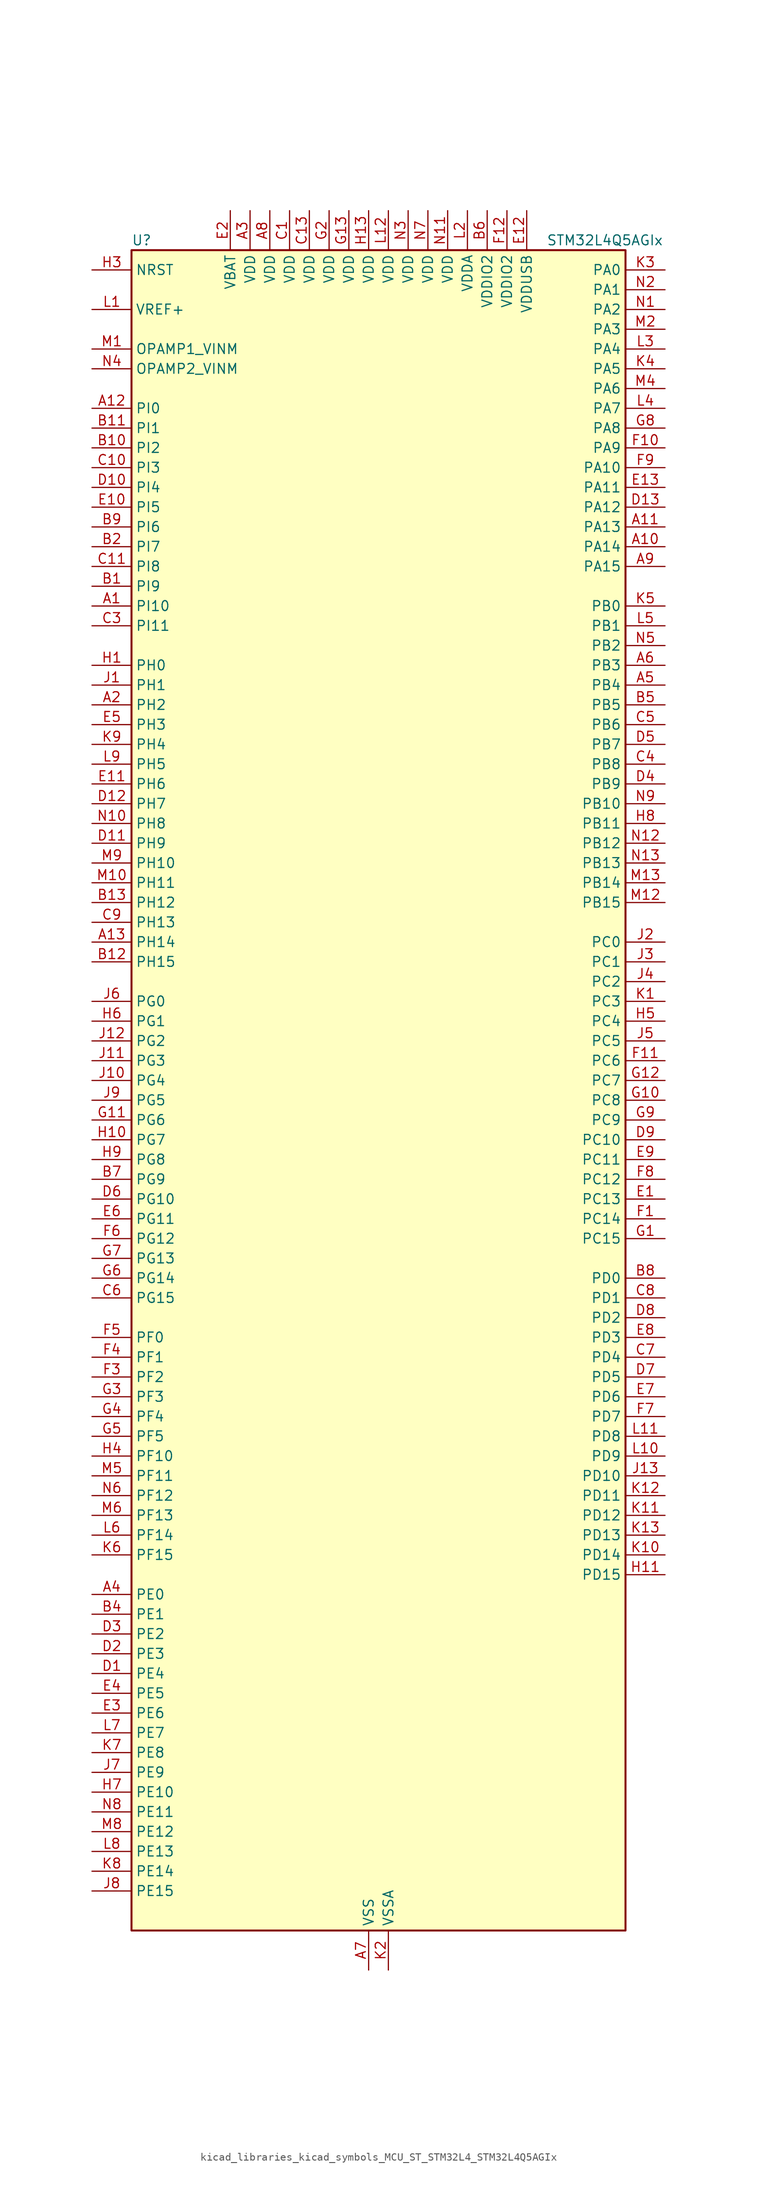
<source format=kicad_sym>
(kicad_symbol_lib
  (version 20220914)
  (generator kicad_symbol_editor)
  (symbol "kicad_libraries_kicad_symbols_MCU_ST_STM32L4_STM32L4Q5AGIx"
    (property "Reference" "U"
      (at -30.48 110.49 0)
      (effects (font (size 1.27 1.27)) (justify left)))
    (property "Value" "STM32L4Q5AGIx"
      (at 22.86 110.49 0)
      (effects (font (size 1.27 1.27)) (justify left)))
    (property "ki_locked" ""
      (at 0 0 0)
      (effects (font (size 1.27 1.27))))
    (symbol "kicad_libraries_kicad_symbols_MCU_ST_STM32L4_STM32L4Q5AGIx_0_1"
      (rectangle (start -30.48 -106.68) (end 33.02 109.22) (stroke (width 0.254) (type default)) (fill (type background))))
    (symbol "kicad_libraries_kicad_symbols_MCU_ST_STM32L4_STM32L4Q5AGIx_1_1"
      (pin bidirectional line (at -35.56 63.5 0) (length 5.08) (name "PI10" (effects (font (size 1.27 1.27)))) (number "A1" (effects (font (size 1.27 1.27)))) (alternate "OCTOSPIM_P2_IO1" bidirectional line) (alternate "PSSI_D14" bidirectional line))
      (pin bidirectional line (at 38.1 71.12 180) (length 5.08) (name "PA14" (effects (font (size 1.27 1.27)))) (number "A10" (effects (font (size 1.27 1.27)))) (alternate "I2C1_SMBA" bidirectional line) (alternate "I2C4_SMBA" bidirectional line) (alternate "LPTIM1_OUT" bidirectional line) (alternate "SAI1_FS_B" bidirectional line) (alternate "SYS_JTCK-SWCLK" bidirectional line) (alternate "USB_OTG_FS_SOF" bidirectional line))
      (pin bidirectional line (at 38.1 73.66 180) (length 5.08) (name "PA13" (effects (font (size 1.27 1.27)))) (number "A11" (effects (font (size 1.27 1.27)))) (alternate "IR_OUT" bidirectional line) (alternate "SAI1_SD_B" bidirectional line) (alternate "SYS_JTMS-SWDIO" bidirectional line) (alternate "USB_OTG_FS_NOE" bidirectional line))
      (pin bidirectional line (at -35.56 88.9 0) (length 5.08) (name "PI0" (effects (font (size 1.27 1.27)))) (number "A12" (effects (font (size 1.27 1.27)))) (alternate "DCMI_D13" bidirectional line) (alternate "OCTOSPIM_P1_IO5" bidirectional line) (alternate "PSSI_D13" bidirectional line) (alternate "SPI2_NSS" bidirectional line) (alternate "TIM5_CH4" bidirectional line))
      (pin bidirectional line (at -35.56 20.32 0) (length 5.08) (name "PH14" (effects (font (size 1.27 1.27)))) (number "A13" (effects (font (size 1.27 1.27)))) (alternate "DCMI_D4" bidirectional line) (alternate "PSSI_D4" bidirectional line) (alternate "TIM8_CH2N" bidirectional line))
      (pin bidirectional line (at -35.56 50.8 0) (length 5.08) (name "PH2" (effects (font (size 1.27 1.27)))) (number "A2" (effects (font (size 1.27 1.27)))) (alternate "OCTOSPIM_P1_IO4" bidirectional line))
      (pin power_in line (at -15.24 114.3 270) (length 5.08) (name "VDD" (effects (font (size 1.27 1.27)))) (number "A3" (effects (font (size 1.27 1.27)))))
      (pin bidirectional line (at -35.56 -63.5 0) (length 5.08) (name "PE0" (effects (font (size 1.27 1.27)))) (number "A4" (effects (font (size 1.27 1.27)))) (alternate "DCMI_D2" bidirectional line) (alternate "FMC_NBL0" bidirectional line) (alternate "LTDC_HSYNC" bidirectional line) (alternate "PSSI_D2" bidirectional line) (alternate "TIM16_CH1" bidirectional line) (alternate "TIM4_ETR" bidirectional line))
      (pin bidirectional line (at 38.1 53.34 180) (length 5.08) (name "PB4" (effects (font (size 1.27 1.27)))) (number "A5" (effects (font (size 1.27 1.27)))) (alternate "COMP2_INP" bidirectional line) (alternate "DCMI_D12" bidirectional line) (alternate "I2C3_SDA" bidirectional line) (alternate "OCTOSPIM_P1_IO5" bidirectional line) (alternate "PSSI_D12" bidirectional line) (alternate "SAI1_MCLK_B" bidirectional line) (alternate "SDMMC2_D3" bidirectional line) (alternate "SPI1_MISO" bidirectional line) (alternate "SPI3_MISO" bidirectional line) (alternate "SYS_JTRST" bidirectional line) (alternate "TIM17_BKIN" bidirectional line) (alternate "TIM3_CH1" bidirectional line) (alternate "TSC_G2_IO1" bidirectional line) (alternate "UART5_DE" bidirectional line) (alternate "UART5_RTS" bidirectional line) (alternate "USART1_CTS" bidirectional line) (alternate "USART1_NSS" bidirectional line))
      (pin bidirectional line (at 38.1 55.88 180) (length 5.08) (name "PB3" (effects (font (size 1.27 1.27)))) (number "A6" (effects (font (size 1.27 1.27)))) (alternate "COMP2_INM" bidirectional line) (alternate "CRS_SYNC" bidirectional line) (alternate "OCTOSPIM_P1_IO4" bidirectional line) (alternate "SAI1_SCK_B" bidirectional line) (alternate "SDMMC2_D2" bidirectional line) (alternate "SPI1_SCK" bidirectional line) (alternate "SPI3_SCK" bidirectional line) (alternate "SYS_JTDO-SWO" bidirectional line) (alternate "TIM2_CH2" bidirectional line) (alternate "USART1_DE" bidirectional line) (alternate "USART1_RTS" bidirectional line))
      (pin power_in line (at 0 -111.76 90) (length 5.08) (name "VSS" (effects (font (size 1.27 1.27)))) (number "A7" (effects (font (size 1.27 1.27)))))
      (pin power_in line (at -12.7 114.3 270) (length 5.08) (name "VDD" (effects (font (size 1.27 1.27)))) (number "A8" (effects (font (size 1.27 1.27)))))
      (pin bidirectional line (at 38.1 68.58 180) (length 5.08) (name "PA15" (effects (font (size 1.27 1.27)))) (number "A9" (effects (font (size 1.27 1.27)))) (alternate "ADC1_EXTI15" bidirectional line) (alternate "ADC2_EXTI15" bidirectional line) (alternate "LTDC_HSYNC" bidirectional line) (alternate "SAI2_FS_B" bidirectional line) (alternate "SPI1_NSS" bidirectional line) (alternate "SPI3_NSS" bidirectional line) (alternate "SYS_JTDI" bidirectional line) (alternate "TIM2_CH1" bidirectional line) (alternate "TIM2_ETR" bidirectional line) (alternate "TSC_G3_IO1" bidirectional line) (alternate "UART4_DE" bidirectional line) (alternate "UART4_RTS" bidirectional line) (alternate "USART2_RX" bidirectional line) (alternate "USART3_DE" bidirectional line) (alternate "USART3_RTS" bidirectional line))
      (pin bidirectional line (at -35.56 66.04 0) (length 5.08) (name "PI9" (effects (font (size 1.27 1.27)))) (number "B1" (effects (font (size 1.27 1.27)))) (alternate "CAN1_RX" bidirectional line) (alternate "DAC1_EXTI9" bidirectional line) (alternate "OCTOSPIM_P2_IO2" bidirectional line))
      (pin bidirectional line (at -35.56 83.82 0) (length 5.08) (name "PI2" (effects (font (size 1.27 1.27)))) (number "B10" (effects (font (size 1.27 1.27)))) (alternate "DCMI_D9" bidirectional line) (alternate "PSSI_D9" bidirectional line) (alternate "SPI2_MISO" bidirectional line) (alternate "TIM8_CH4" bidirectional line))
      (pin bidirectional line (at -35.56 86.36 0) (length 5.08) (name "PI1" (effects (font (size 1.27 1.27)))) (number "B11" (effects (font (size 1.27 1.27)))) (alternate "DCMI_D8" bidirectional line) (alternate "PSSI_D8" bidirectional line) (alternate "SPI2_SCK" bidirectional line))
      (pin bidirectional line (at -35.56 17.78 0) (length 5.08) (name "PH15" (effects (font (size 1.27 1.27)))) (number "B12" (effects (font (size 1.27 1.27)))) (alternate "ADC1_EXTI15" bidirectional line) (alternate "ADC2_EXTI15" bidirectional line) (alternate "DCMI_D11" bidirectional line) (alternate "OCTOSPIM_P2_IO6" bidirectional line) (alternate "PSSI_D11" bidirectional line) (alternate "TIM8_CH3N" bidirectional line))
      (pin bidirectional line (at -35.56 25.4 0) (length 5.08) (name "PH12" (effects (font (size 1.27 1.27)))) (number "B13" (effects (font (size 1.27 1.27)))) (alternate "DCMI_D3" bidirectional line) (alternate "OCTOSPIM_P2_IO7" bidirectional line) (alternate "PSSI_D3" bidirectional line) (alternate "TIM5_CH3" bidirectional line))
      (pin bidirectional line (at -35.56 71.12 0) (length 5.08) (name "PI7" (effects (font (size 1.27 1.27)))) (number "B2" (effects (font (size 1.27 1.27)))) (alternate "DCMI_D7" bidirectional line) (alternate "OCTOSPIM_P2_NCLK" bidirectional line) (alternate "PSSI_D7" bidirectional line) (alternate "TIM8_CH3" bidirectional line))
      (pin passive line (at 0 -111.76 90) (length 5.08) hide (name "VSS" (effects (font (size 1.27 1.27)))) (number "B3" (effects (font (size 1.27 1.27)))))
      (pin bidirectional line (at -35.56 -66.04 0) (length 5.08) (name "PE1" (effects (font (size 1.27 1.27)))) (number "B4" (effects (font (size 1.27 1.27)))) (alternate "DCMI_D3" bidirectional line) (alternate "FMC_NBL1" bidirectional line) (alternate "LTDC_VSYNC" bidirectional line) (alternate "PSSI_D3" bidirectional line) (alternate "TIM17_CH1" bidirectional line))
      (pin bidirectional line (at 38.1 50.8 180) (length 5.08) (name "PB5" (effects (font (size 1.27 1.27)))) (number "B5" (effects (font (size 1.27 1.27)))) (alternate "COMP2_OUT" bidirectional line) (alternate "DCMI_D10" bidirectional line) (alternate "I2C1_SMBA" bidirectional line) (alternate "LPTIM1_IN1" bidirectional line) (alternate "OCTOSPIM_P1_IO0" bidirectional line) (alternate "PSSI_D10" bidirectional line) (alternate "SAI1_SD_B" bidirectional line) (alternate "SPI1_MOSI" bidirectional line) (alternate "SPI3_MOSI" bidirectional line) (alternate "TIM16_BKIN" bidirectional line) (alternate "TIM3_CH2" bidirectional line) (alternate "TSC_G2_IO2" bidirectional line) (alternate "UART5_CTS" bidirectional line) (alternate "USART1_CK" bidirectional line))
      (pin power_in line (at 15.24 114.3 270) (length 5.08) (name "VDDIO2" (effects (font (size 1.27 1.27)))) (number "B6" (effects (font (size 1.27 1.27)))))
      (pin bidirectional line (at -35.56 -10.16 0) (length 5.08) (name "PG9" (effects (font (size 1.27 1.27)))) (number "B7" (effects (font (size 1.27 1.27)))) (alternate "DAC1_EXTI9" bidirectional line) (alternate "FMC_NCE" bidirectional line) (alternate "FMC_NE2" bidirectional line) (alternate "OCTOSPIM_P2_IO6" bidirectional line) (alternate "SAI2_SCK_A" bidirectional line) (alternate "SDMMC2_D0" bidirectional line) (alternate "SPI3_SCK" bidirectional line) (alternate "TIM15_CH1N" bidirectional line) (alternate "USART1_TX" bidirectional line))
      (pin bidirectional line (at 38.1 -22.86 180) (length 5.08) (name "PD0" (effects (font (size 1.27 1.27)))) (number "B8" (effects (font (size 1.27 1.27)))) (alternate "CAN1_RX" bidirectional line) (alternate "FMC_D2" bidirectional line) (alternate "FMC_DA2" bidirectional line) (alternate "LTDC_B4" bidirectional line) (alternate "SPI2_NSS" bidirectional line))
      (pin bidirectional line (at -35.56 73.66 0) (length 5.08) (name "PI6" (effects (font (size 1.27 1.27)))) (number "B9" (effects (font (size 1.27 1.27)))) (alternate "DCMI_D6" bidirectional line) (alternate "OCTOSPIM_P2_CLK" bidirectional line) (alternate "PSSI_D6" bidirectional line) (alternate "TIM8_CH2" bidirectional line))
      (pin power_in line (at -10.16 114.3 270) (length 5.08) (name "VDD" (effects (font (size 1.27 1.27)))) (number "C1" (effects (font (size 1.27 1.27)))))
      (pin bidirectional line (at -35.56 81.28 0) (length 5.08) (name "PI3" (effects (font (size 1.27 1.27)))) (number "C10" (effects (font (size 1.27 1.27)))) (alternate "DCMI_D10" bidirectional line) (alternate "PSSI_D10" bidirectional line) (alternate "SPI2_MOSI" bidirectional line) (alternate "TIM8_ETR" bidirectional line))
      (pin bidirectional line (at -35.56 68.58 0) (length 5.08) (name "PI8" (effects (font (size 1.27 1.27)))) (number "C11" (effects (font (size 1.27 1.27)))) (alternate "DCMI_D12" bidirectional line) (alternate "OCTOSPIM_P2_NCS" bidirectional line) (alternate "PSSI_D12" bidirectional line))
      (pin passive line (at 0 -111.76 90) (length 5.08) hide (name "VSS" (effects (font (size 1.27 1.27)))) (number "C12" (effects (font (size 1.27 1.27)))))
      (pin power_in line (at -7.62 114.3 270) (length 5.08) (name "VDD" (effects (font (size 1.27 1.27)))) (number "C13" (effects (font (size 1.27 1.27)))))
      (pin passive line (at 0 -111.76 90) (length 5.08) hide (name "VSS" (effects (font (size 1.27 1.27)))) (number "C2" (effects (font (size 1.27 1.27)))))
      (pin bidirectional line (at -35.56 60.96 0) (length 5.08) (name "PI11" (effects (font (size 1.27 1.27)))) (number "C3" (effects (font (size 1.27 1.27)))) (alternate "ADC1_EXTI11" bidirectional line) (alternate "ADC2_EXTI11" bidirectional line) (alternate "OCTOSPIM_P2_IO0" bidirectional line) (alternate "PSSI_D15" bidirectional line))
      (pin bidirectional line (at 38.1 43.18 180) (length 5.08) (name "PB8" (effects (font (size 1.27 1.27)))) (number "C4" (effects (font (size 1.27 1.27)))) (alternate "CAN1_RX" bidirectional line) (alternate "DCMI_D6" bidirectional line) (alternate "DFSDM1_CKOUT" bidirectional line) (alternate "I2C1_SCL" bidirectional line) (alternate "LTDC_DE" bidirectional line) (alternate "PSSI_D6" bidirectional line) (alternate "SAI1_CK1" bidirectional line) (alternate "SAI1_MCLK_A" bidirectional line) (alternate "SDMMC1_CKIN" bidirectional line) (alternate "SDMMC1_D4" bidirectional line) (alternate "SDMMC2_D4" bidirectional line) (alternate "TIM16_CH1" bidirectional line) (alternate "TIM4_CH3" bidirectional line))
      (pin bidirectional line (at 38.1 48.26 180) (length 5.08) (name "PB6" (effects (font (size 1.27 1.27)))) (number "C5" (effects (font (size 1.27 1.27)))) (alternate "COMP2_INP" bidirectional line) (alternate "DCMI_D5" bidirectional line) (alternate "I2C1_SCL" bidirectional line) (alternate "I2C4_SCL" bidirectional line) (alternate "LPTIM1_ETR" bidirectional line) (alternate "LTDC_R6" bidirectional line) (alternate "PSSI_D5" bidirectional line) (alternate "SAI1_FS_B" bidirectional line) (alternate "TIM16_CH1N" bidirectional line) (alternate "TIM4_CH1" bidirectional line) (alternate "TIM8_BKIN2" bidirectional line) (alternate "TSC_G2_IO3" bidirectional line) (alternate "USART1_TX" bidirectional line))
      (pin bidirectional line (at -35.56 -25.4 0) (length 5.08) (name "PG15" (effects (font (size 1.27 1.27)))) (number "C6" (effects (font (size 1.27 1.27)))) (alternate "ADC1_EXTI15" bidirectional line) (alternate "ADC2_EXTI15" bidirectional line) (alternate "DCMI_D13" bidirectional line) (alternate "I2C1_SMBA" bidirectional line) (alternate "LPTIM1_OUT" bidirectional line) (alternate "OCTOSPIM_P2_DQS" bidirectional line) (alternate "PSSI_D13" bidirectional line))
      (pin bidirectional line (at 38.1 -33.02 180) (length 5.08) (name "PD4" (effects (font (size 1.27 1.27)))) (number "C7" (effects (font (size 1.27 1.27)))) (alternate "DFSDM1_CKIN0" bidirectional line) (alternate "FMC_NOE" bidirectional line) (alternate "OCTOSPIM_P1_IO4" bidirectional line) (alternate "SDMMC2_CKIN" bidirectional line) (alternate "SPI2_MOSI" bidirectional line) (alternate "USART2_DE" bidirectional line) (alternate "USART2_RTS" bidirectional line))
      (pin bidirectional line (at 38.1 -25.4 180) (length 5.08) (name "PD1" (effects (font (size 1.27 1.27)))) (number "C8" (effects (font (size 1.27 1.27)))) (alternate "CAN1_TX" bidirectional line) (alternate "FMC_D3" bidirectional line) (alternate "FMC_DA3" bidirectional line) (alternate "LTDC_B5" bidirectional line) (alternate "SPI2_SCK" bidirectional line))
      (pin bidirectional line (at -35.56 22.86 0) (length 5.08) (name "PH13" (effects (font (size 1.27 1.27)))) (number "C9" (effects (font (size 1.27 1.27)))) (alternate "CAN1_TX" bidirectional line) (alternate "TIM8_CH1N" bidirectional line))
      (pin bidirectional line (at -35.56 -73.66 0) (length 5.08) (name "PE4" (effects (font (size 1.27 1.27)))) (number "D1" (effects (font (size 1.27 1.27)))) (alternate "DCMI_D4" bidirectional line) (alternate "DFSDM1_DATIN3" bidirectional line) (alternate "FMC_A20" bidirectional line) (alternate "LTDC_B7" bidirectional line) (alternate "PSSI_D4" bidirectional line) (alternate "SAI1_D2" bidirectional line) (alternate "SAI1_FS_A" bidirectional line) (alternate "SYS_TRACED1" bidirectional line) (alternate "TIM3_CH2" bidirectional line) (alternate "TSC_G7_IO3" bidirectional line))
      (pin bidirectional line (at -35.56 78.74 0) (length 5.08) (name "PI4" (effects (font (size 1.27 1.27)))) (number "D10" (effects (font (size 1.27 1.27)))) (alternate "DCMI_D5" bidirectional line) (alternate "PSSI_D5" bidirectional line) (alternate "TIM8_BKIN" bidirectional line))
      (pin bidirectional line (at -35.56 33.02 0) (length 5.08) (name "PH9" (effects (font (size 1.27 1.27)))) (number "D11" (effects (font (size 1.27 1.27)))) (alternate "DAC1_EXTI9" bidirectional line) (alternate "DCMI_D0" bidirectional line) (alternate "I2C3_SMBA" bidirectional line) (alternate "OCTOSPIM_P2_IO4" bidirectional line) (alternate "PSSI_D0" bidirectional line))
      (pin bidirectional line (at -35.56 38.1 0) (length 5.08) (name "PH7" (effects (font (size 1.27 1.27)))) (number "D12" (effects (font (size 1.27 1.27)))) (alternate "DCMI_D9" bidirectional line) (alternate "I2C3_SCL" bidirectional line) (alternate "OCTOSPIM_P2_NCLK" bidirectional line) (alternate "PSSI_D9" bidirectional line))
      (pin bidirectional line (at 38.1 76.2 180) (length 5.08) (name "PA12" (effects (font (size 1.27 1.27)))) (number "D13" (effects (font (size 1.27 1.27)))) (alternate "CAN1_TX" bidirectional line) (alternate "LTDC_VSYNC" bidirectional line) (alternate "OCTOSPIM_P2_NCS" bidirectional line) (alternate "SPI1_MOSI" bidirectional line) (alternate "TIM1_ETR" bidirectional line) (alternate "USART1_DE" bidirectional line) (alternate "USART1_RTS" bidirectional line) (alternate "USB_OTG_FS_DP" bidirectional line))
      (pin bidirectional line (at -35.56 -71.12 0) (length 5.08) (name "PE3" (effects (font (size 1.27 1.27)))) (number "D2" (effects (font (size 1.27 1.27)))) (alternate "FMC_A19" bidirectional line) (alternate "LTDC_R6" bidirectional line) (alternate "OCTOSPIM_P1_DQS" bidirectional line) (alternate "SAI1_SD_B" bidirectional line) (alternate "SYS_TRACED0" bidirectional line) (alternate "TIM3_CH1" bidirectional line) (alternate "TSC_G7_IO2" bidirectional line))
      (pin bidirectional line (at -35.56 -68.58 0) (length 5.08) (name "PE2" (effects (font (size 1.27 1.27)))) (number "D3" (effects (font (size 1.27 1.27)))) (alternate "FMC_A23" bidirectional line) (alternate "LTDC_R7" bidirectional line) (alternate "SAI1_CK1" bidirectional line) (alternate "SAI1_MCLK_A" bidirectional line) (alternate "SYS_TRACECLK" bidirectional line) (alternate "TIM3_ETR" bidirectional line) (alternate "TSC_G7_IO1" bidirectional line))
      (pin bidirectional line (at 38.1 40.64 180) (length 5.08) (name "PB9" (effects (font (size 1.27 1.27)))) (number "D4" (effects (font (size 1.27 1.27)))) (alternate "CAN1_TX" bidirectional line) (alternate "DAC1_EXTI9" bidirectional line) (alternate "DCMI_D7" bidirectional line) (alternate "I2C1_SDA" bidirectional line) (alternate "IR_OUT" bidirectional line) (alternate "PSSI_D7" bidirectional line) (alternate "SAI1_D2" bidirectional line) (alternate "SAI1_FS_A" bidirectional line) (alternate "SDMMC1_CDIR" bidirectional line) (alternate "SDMMC1_D5" bidirectional line) (alternate "SDMMC2_D5" bidirectional line) (alternate "SPI2_NSS" bidirectional line) (alternate "TIM17_CH1" bidirectional line) (alternate "TIM4_CH4" bidirectional line))
      (pin bidirectional line (at 38.1 45.72 180) (length 5.08) (name "PB7" (effects (font (size 1.27 1.27)))) (number "D5" (effects (font (size 1.27 1.27)))) (alternate "COMP2_INM" bidirectional line) (alternate "DCMI_VSYNC" bidirectional line) (alternate "FMC_NL" bidirectional line) (alternate "I2C1_SDA" bidirectional line) (alternate "I2C4_SDA" bidirectional line) (alternate "LPTIM1_IN2" bidirectional line) (alternate "LTDC_VSYNC" bidirectional line) (alternate "PSSI_RDY" bidirectional line) (alternate "SYS_PVD_IN" bidirectional line) (alternate "TIM17_CH1N" bidirectional line) (alternate "TIM4_CH2" bidirectional line) (alternate "TIM8_BKIN" bidirectional line) (alternate "TSC_G2_IO4" bidirectional line) (alternate "UART4_CTS" bidirectional line) (alternate "USART1_RX" bidirectional line))
      (pin bidirectional line (at -35.56 -12.7 0) (length 5.08) (name "PG10" (effects (font (size 1.27 1.27)))) (number "D6" (effects (font (size 1.27 1.27)))) (alternate "FMC_NE3" bidirectional line) (alternate "LPTIM1_IN1" bidirectional line) (alternate "OCTOSPIM_P2_IO7" bidirectional line) (alternate "SAI2_FS_A" bidirectional line) (alternate "SDMMC2_D1" bidirectional line) (alternate "SPI3_MISO" bidirectional line) (alternate "TIM15_CH1" bidirectional line) (alternate "USART1_RX" bidirectional line))
      (pin bidirectional line (at 38.1 -35.56 180) (length 5.08) (name "PD5" (effects (font (size 1.27 1.27)))) (number "D7" (effects (font (size 1.27 1.27)))) (alternate "FMC_NWE" bidirectional line) (alternate "OCTOSPIM_P1_IO5" bidirectional line) (alternate "USART2_TX" bidirectional line))
      (pin bidirectional line (at 38.1 -27.94 180) (length 5.08) (name "PD2" (effects (font (size 1.27 1.27)))) (number "D8" (effects (font (size 1.27 1.27)))) (alternate "DCMI_D11" bidirectional line) (alternate "PSSI_D11" bidirectional line) (alternate "SDMMC1_CMD" bidirectional line) (alternate "SYS_TRACED2" bidirectional line) (alternate "TIM3_ETR" bidirectional line) (alternate "TSC_SYNC" bidirectional line) (alternate "UART5_RX" bidirectional line) (alternate "USART3_DE" bidirectional line) (alternate "USART3_RTS" bidirectional line))
      (pin bidirectional line (at 38.1 -5.08 180) (length 5.08) (name "PC10" (effects (font (size 1.27 1.27)))) (number "D9" (effects (font (size 1.27 1.27)))) (alternate "DCMI_D8" bidirectional line) (alternate "DCMI_VSYNC" bidirectional line) (alternate "PSSI_D8" bidirectional line) (alternate "PSSI_RDY" bidirectional line) (alternate "SAI2_SCK_B" bidirectional line) (alternate "SDMMC1_D2" bidirectional line) (alternate "SPI3_SCK" bidirectional line) (alternate "SYS_TRACED1" bidirectional line) (alternate "TSC_G3_IO2" bidirectional line) (alternate "UART4_TX" bidirectional line) (alternate "USART3_TX" bidirectional line))
      (pin bidirectional line (at 38.1 -12.7 180) (length 5.08) (name "PC13" (effects (font (size 1.27 1.27)))) (number "E1" (effects (font (size 1.27 1.27)))) (alternate "RTC_OUT1" bidirectional line) (alternate "RTC_TAMP1" bidirectional line) (alternate "RTC_TS" bidirectional line) (alternate "SYS_WKUP2" bidirectional line))
      (pin bidirectional line (at -35.56 76.2 0) (length 5.08) (name "PI5" (effects (font (size 1.27 1.27)))) (number "E10" (effects (font (size 1.27 1.27)))) (alternate "DCMI_VSYNC" bidirectional line) (alternate "OCTOSPIM_P2_NCS" bidirectional line) (alternate "PSSI_RDY" bidirectional line) (alternate "TIM8_CH1" bidirectional line))
      (pin bidirectional line (at -35.56 40.64 0) (length 5.08) (name "PH6" (effects (font (size 1.27 1.27)))) (number "E11" (effects (font (size 1.27 1.27)))) (alternate "DCMI_D8" bidirectional line) (alternate "I2C2_SMBA" bidirectional line) (alternate "OCTOSPIM_P2_CLK" bidirectional line) (alternate "PSSI_D8" bidirectional line))
      (pin power_in line (at 20.32 114.3 270) (length 5.08) (name "VDDUSB" (effects (font (size 1.27 1.27)))) (number "E12" (effects (font (size 1.27 1.27)))))
      (pin bidirectional line (at 38.1 78.74 180) (length 5.08) (name "PA11" (effects (font (size 1.27 1.27)))) (number "E13" (effects (font (size 1.27 1.27)))) (alternate "ADC1_EXTI11" bidirectional line) (alternate "ADC2_EXTI11" bidirectional line) (alternate "CAN1_RX" bidirectional line) (alternate "LTDC_DE" bidirectional line) (alternate "SPI1_MISO" bidirectional line) (alternate "TIM1_BKIN2" bidirectional line) (alternate "TIM1_CH4" bidirectional line) (alternate "USART1_CTS" bidirectional line) (alternate "USART1_NSS" bidirectional line) (alternate "USB_OTG_FS_DM" bidirectional line))
      (pin power_in line (at -17.78 114.3 270) (length 5.08) (name "VBAT" (effects (font (size 1.27 1.27)))) (number "E2" (effects (font (size 1.27 1.27)))))
      (pin bidirectional line (at -35.56 -78.74 0) (length 5.08) (name "PE6" (effects (font (size 1.27 1.27)))) (number "E3" (effects (font (size 1.27 1.27)))) (alternate "DCMI_D7" bidirectional line) (alternate "FMC_A22" bidirectional line) (alternate "LTDC_G6" bidirectional line) (alternate "PSSI_D7" bidirectional line) (alternate "RTC_TAMP3" bidirectional line) (alternate "SAI1_D1" bidirectional line) (alternate "SAI1_SD_A" bidirectional line) (alternate "SYS_TRACED3" bidirectional line) (alternate "SYS_WKUP3" bidirectional line) (alternate "TIM3_CH4" bidirectional line))
      (pin bidirectional line (at -35.56 -76.2 0) (length 5.08) (name "PE5" (effects (font (size 1.27 1.27)))) (number "E4" (effects (font (size 1.27 1.27)))) (alternate "DCMI_D6" bidirectional line) (alternate "DFSDM1_CKIN3" bidirectional line) (alternate "FMC_A21" bidirectional line) (alternate "LTDC_G7" bidirectional line) (alternate "PSSI_D6" bidirectional line) (alternate "SAI1_CK2" bidirectional line) (alternate "SAI1_SCK_A" bidirectional line) (alternate "SYS_TRACED2" bidirectional line) (alternate "TIM3_CH3" bidirectional line) (alternate "TSC_G7_IO4" bidirectional line))
      (pin bidirectional line (at -35.56 48.26 0) (length 5.08) (name "PH3" (effects (font (size 1.27 1.27)))) (number "E5" (effects (font (size 1.27 1.27)))))
      (pin bidirectional line (at -35.56 -15.24 0) (length 5.08) (name "PG11" (effects (font (size 1.27 1.27)))) (number "E6" (effects (font (size 1.27 1.27)))) (alternate "ADC1_EXTI11" bidirectional line) (alternate "ADC2_EXTI11" bidirectional line) (alternate "LPTIM1_IN2" bidirectional line) (alternate "OCTOSPIM_P1_IO5" bidirectional line) (alternate "SAI2_MCLK_A" bidirectional line) (alternate "SDMMC2_D2" bidirectional line) (alternate "SPI3_MOSI" bidirectional line) (alternate "TIM15_CH2" bidirectional line) (alternate "USART1_CTS" bidirectional line) (alternate "USART1_NSS" bidirectional line))
      (pin bidirectional line (at 38.1 -38.1 180) (length 5.08) (name "PD6" (effects (font (size 1.27 1.27)))) (number "E7" (effects (font (size 1.27 1.27)))) (alternate "DCMI_D10" bidirectional line) (alternate "DFSDM1_DATIN1" bidirectional line) (alternate "FMC_NWAIT" bidirectional line) (alternate "LTDC_DE" bidirectional line) (alternate "OCTOSPIM_P1_IO6" bidirectional line) (alternate "PSSI_D10" bidirectional line) (alternate "SAI1_D1" bidirectional line) (alternate "SAI1_SD_A" bidirectional line) (alternate "SDMMC2_CK" bidirectional line) (alternate "SPI3_MOSI" bidirectional line) (alternate "USART2_RX" bidirectional line))
      (pin bidirectional line (at 38.1 -30.48 180) (length 5.08) (name "PD3" (effects (font (size 1.27 1.27)))) (number "E8" (effects (font (size 1.27 1.27)))) (alternate "DCMI_D5" bidirectional line) (alternate "DFSDM1_DATIN0" bidirectional line) (alternate "FMC_CLK" bidirectional line) (alternate "LTDC_CLK" bidirectional line) (alternate "OCTOSPIM_P2_NCS" bidirectional line) (alternate "PSSI_D5" bidirectional line) (alternate "SPI2_MISO" bidirectional line) (alternate "SPI2_SCK" bidirectional line) (alternate "USART2_CTS" bidirectional line) (alternate "USART2_NSS" bidirectional line))
      (pin bidirectional line (at 38.1 -7.62 180) (length 5.08) (name "PC11" (effects (font (size 1.27 1.27)))) (number "E9" (effects (font (size 1.27 1.27)))) (alternate "ADC1_EXTI11" bidirectional line) (alternate "ADC2_EXTI11" bidirectional line) (alternate "DCMI_D2" bidirectional line) (alternate "DCMI_D4" bidirectional line) (alternate "OCTOSPIM_P1_NCS" bidirectional line) (alternate "PSSI_D2" bidirectional line) (alternate "PSSI_D4" bidirectional line) (alternate "SAI2_MCLK_B" bidirectional line) (alternate "SDMMC1_D3" bidirectional line) (alternate "SPI3_MISO" bidirectional line) (alternate "TSC_G3_IO3" bidirectional line) (alternate "UART4_RX" bidirectional line) (alternate "USART3_RX" bidirectional line))
      (pin bidirectional line (at 38.1 -15.24 180) (length 5.08) (name "PC14" (effects (font (size 1.27 1.27)))) (number "F1" (effects (font (size 1.27 1.27)))) (alternate "RCC_OSC32_IN" bidirectional line))
      (pin bidirectional line (at 38.1 83.82 180) (length 5.08) (name "PA9" (effects (font (size 1.27 1.27)))) (number "F10" (effects (font (size 1.27 1.27)))) (alternate "DAC1_EXTI9" bidirectional line) (alternate "DCMI_D0" bidirectional line) (alternate "LTDC_G7" bidirectional line) (alternate "PSSI_D0" bidirectional line) (alternate "SAI1_FS_A" bidirectional line) (alternate "SPI2_SCK" bidirectional line) (alternate "TIM15_BKIN" bidirectional line) (alternate "TIM1_CH2" bidirectional line) (alternate "USART1_TX" bidirectional line) (alternate "USB_OTG_FS_VBUS" bidirectional line))
      (pin bidirectional line (at 38.1 5.08 180) (length 5.08) (name "PC6" (effects (font (size 1.27 1.27)))) (number "F11" (effects (font (size 1.27 1.27)))) (alternate "DCMI_D0" bidirectional line) (alternate "DFSDM1_CKIN3" bidirectional line) (alternate "LTDC_G7" bidirectional line) (alternate "PSSI_D0" bidirectional line) (alternate "SAI2_MCLK_A" bidirectional line) (alternate "SDMMC1_D0DIR" bidirectional line) (alternate "SDMMC1_D6" bidirectional line) (alternate "SDMMC2_D6" bidirectional line) (alternate "TIM3_CH1" bidirectional line) (alternate "TIM8_CH1" bidirectional line) (alternate "TSC_G4_IO1" bidirectional line))
      (pin power_in line (at 17.78 114.3 270) (length 5.08) (name "VDDIO2" (effects (font (size 1.27 1.27)))) (number "F12" (effects (font (size 1.27 1.27)))))
      (pin passive line (at 0 -111.76 90) (length 5.08) hide (name "VSS" (effects (font (size 1.27 1.27)))) (number "F13" (effects (font (size 1.27 1.27)))))
      (pin passive line (at 0 -111.76 90) (length 5.08) hide (name "VSS" (effects (font (size 1.27 1.27)))) (number "F2" (effects (font (size 1.27 1.27)))))
      (pin bidirectional line (at -35.56 -35.56 0) (length 5.08) (name "PF2" (effects (font (size 1.27 1.27)))) (number "F3" (effects (font (size 1.27 1.27)))) (alternate "FMC_A2" bidirectional line) (alternate "I2C2_SMBA" bidirectional line) (alternate "OCTOSPIM_P2_IO2" bidirectional line))
      (pin bidirectional line (at -35.56 -33.02 0) (length 5.08) (name "PF1" (effects (font (size 1.27 1.27)))) (number "F4" (effects (font (size 1.27 1.27)))) (alternate "FMC_A1" bidirectional line) (alternate "I2C2_SCL" bidirectional line) (alternate "OCTOSPIM_P2_IO1" bidirectional line))
      (pin bidirectional line (at -35.56 -30.48 0) (length 5.08) (name "PF0" (effects (font (size 1.27 1.27)))) (number "F5" (effects (font (size 1.27 1.27)))) (alternate "FMC_A0" bidirectional line) (alternate "I2C2_SDA" bidirectional line) (alternate "OCTOSPIM_P2_IO0" bidirectional line))
      (pin bidirectional line (at -35.56 -17.78 0) (length 5.08) (name "PG12" (effects (font (size 1.27 1.27)))) (number "F6" (effects (font (size 1.27 1.27)))) (alternate "FMC_NE4" bidirectional line) (alternate "LPTIM1_ETR" bidirectional line) (alternate "OCTOSPIM_P2_NCS" bidirectional line) (alternate "SAI2_SD_A" bidirectional line) (alternate "SDMMC2_D3" bidirectional line) (alternate "SPI3_NSS" bidirectional line) (alternate "USART1_DE" bidirectional line) (alternate "USART1_RTS" bidirectional line))
      (pin bidirectional line (at 38.1 -40.64 180) (length 5.08) (name "PD7" (effects (font (size 1.27 1.27)))) (number "F7" (effects (font (size 1.27 1.27)))) (alternate "DFSDM1_CKIN1" bidirectional line) (alternate "FMC_NCE" bidirectional line) (alternate "FMC_NE1" bidirectional line) (alternate "OCTOSPIM_P1_IO7" bidirectional line) (alternate "SDMMC2_CMD" bidirectional line) (alternate "USART2_CK" bidirectional line))
      (pin bidirectional line (at 38.1 -10.16 180) (length 5.08) (name "PC12" (effects (font (size 1.27 1.27)))) (number "F8" (effects (font (size 1.27 1.27)))) (alternate "DCMI_D9" bidirectional line) (alternate "LTDC_R6" bidirectional line) (alternate "PSSI_D9" bidirectional line) (alternate "SAI2_SD_B" bidirectional line) (alternate "SDMMC1_CK" bidirectional line) (alternate "SPI3_MOSI" bidirectional line) (alternate "SYS_TRACED3" bidirectional line) (alternate "TSC_G3_IO4" bidirectional line) (alternate "UART5_TX" bidirectional line) (alternate "USART3_CK" bidirectional line))
      (pin bidirectional line (at 38.1 81.28 180) (length 5.08) (name "PA10" (effects (font (size 1.27 1.27)))) (number "F9" (effects (font (size 1.27 1.27)))) (alternate "DCMI_D1" bidirectional line) (alternate "LTDC_G6" bidirectional line) (alternate "PSSI_D1" bidirectional line) (alternate "SAI1_D1" bidirectional line) (alternate "SAI1_SD_A" bidirectional line) (alternate "TIM17_BKIN" bidirectional line) (alternate "TIM1_CH3" bidirectional line) (alternate "USART1_RX" bidirectional line) (alternate "USB_OTG_FS_ID" bidirectional line))
      (pin bidirectional line (at 38.1 -17.78 180) (length 5.08) (name "PC15" (effects (font (size 1.27 1.27)))) (number "G1" (effects (font (size 1.27 1.27)))) (alternate "ADC1_EXTI15" bidirectional line) (alternate "ADC2_EXTI15" bidirectional line) (alternate "RCC_OSC32_OUT" bidirectional line))
      (pin bidirectional line (at 38.1 0 180) (length 5.08) (name "PC8" (effects (font (size 1.27 1.27)))) (number "G10" (effects (font (size 1.27 1.27)))) (alternate "DCMI_D2" bidirectional line) (alternate "PSSI_D2" bidirectional line) (alternate "SDMMC1_D0" bidirectional line) (alternate "TIM3_CH3" bidirectional line) (alternate "TIM8_CH3" bidirectional line) (alternate "TSC_G4_IO3" bidirectional line))
      (pin bidirectional line (at -35.56 -2.54 0) (length 5.08) (name "PG6" (effects (font (size 1.27 1.27)))) (number "G11" (effects (font (size 1.27 1.27)))) (alternate "I2C3_SMBA" bidirectional line) (alternate "LPUART1_DE" bidirectional line) (alternate "LPUART1_RTS" bidirectional line) (alternate "LTDC_R1" bidirectional line) (alternate "OCTOSPIM_P1_DQS" bidirectional line))
      (pin bidirectional line (at 38.1 2.54 180) (length 5.08) (name "PC7" (effects (font (size 1.27 1.27)))) (number "G12" (effects (font (size 1.27 1.27)))) (alternate "DCMI_D1" bidirectional line) (alternate "DFSDM1_DATIN3" bidirectional line) (alternate "LTDC_B6" bidirectional line) (alternate "PSSI_D1" bidirectional line) (alternate "SAI2_MCLK_B" bidirectional line) (alternate "SDMMC1_D123DIR" bidirectional line) (alternate "SDMMC1_D7" bidirectional line) (alternate "SDMMC2_D7" bidirectional line) (alternate "TIM3_CH2" bidirectional line) (alternate "TIM8_CH2" bidirectional line) (alternate "TSC_G4_IO2" bidirectional line))
      (pin power_in line (at -2.54 114.3 270) (length 5.08) (name "VDD" (effects (font (size 1.27 1.27)))) (number "G13" (effects (font (size 1.27 1.27)))))
      (pin power_in line (at -5.08 114.3 270) (length 5.08) (name "VDD" (effects (font (size 1.27 1.27)))) (number "G2" (effects (font (size 1.27 1.27)))))
      (pin bidirectional line (at -35.56 -38.1 0) (length 5.08) (name "PF3" (effects (font (size 1.27 1.27)))) (number "G3" (effects (font (size 1.27 1.27)))) (alternate "FMC_A3" bidirectional line) (alternate "OCTOSPIM_P2_IO3" bidirectional line))
      (pin bidirectional line (at -35.56 -40.64 0) (length 5.08) (name "PF4" (effects (font (size 1.27 1.27)))) (number "G4" (effects (font (size 1.27 1.27)))) (alternate "FMC_A4" bidirectional line) (alternate "OCTOSPIM_P2_CLK" bidirectional line))
      (pin bidirectional line (at -35.56 -43.18 0) (length 5.08) (name "PF5" (effects (font (size 1.27 1.27)))) (number "G5" (effects (font (size 1.27 1.27)))) (alternate "FMC_A5" bidirectional line) (alternate "OCTOSPIM_P2_NCLK" bidirectional line))
      (pin bidirectional line (at -35.56 -22.86 0) (length 5.08) (name "PG14" (effects (font (size 1.27 1.27)))) (number "G6" (effects (font (size 1.27 1.27)))) (alternate "FMC_A25" bidirectional line) (alternate "I2C1_SCL" bidirectional line) (alternate "LTDC_R1" bidirectional line))
      (pin bidirectional line (at -35.56 -20.32 0) (length 5.08) (name "PG13" (effects (font (size 1.27 1.27)))) (number "G7" (effects (font (size 1.27 1.27)))) (alternate "FMC_A24" bidirectional line) (alternate "I2C1_SDA" bidirectional line) (alternate "LTDC_R0" bidirectional line) (alternate "USART1_CK" bidirectional line))
      (pin bidirectional line (at 38.1 86.36 180) (length 5.08) (name "PA8" (effects (font (size 1.27 1.27)))) (number "G8" (effects (font (size 1.27 1.27)))) (alternate "LPTIM2_OUT" bidirectional line) (alternate "LTDC_B7" bidirectional line) (alternate "RCC_MCO" bidirectional line) (alternate "SAI1_CK2" bidirectional line) (alternate "SAI1_SCK_A" bidirectional line) (alternate "TIM1_CH1" bidirectional line) (alternate "USART1_CK" bidirectional line) (alternate "USB_OTG_FS_SOF" bidirectional line))
      (pin bidirectional line (at 38.1 -2.54 180) (length 5.08) (name "PC9" (effects (font (size 1.27 1.27)))) (number "G9" (effects (font (size 1.27 1.27)))) (alternate "DAC1_EXTI9" bidirectional line) (alternate "DCMI_D3" bidirectional line) (alternate "I2C3_SDA" bidirectional line) (alternate "PSSI_D3" bidirectional line) (alternate "SAI2_EXTCLK" bidirectional line) (alternate "SDMMC1_D1" bidirectional line) (alternate "SYS_TRACED0" bidirectional line) (alternate "TIM3_CH4" bidirectional line) (alternate "TIM8_BKIN2" bidirectional line) (alternate "TIM8_CH4" bidirectional line) (alternate "TSC_G4_IO4" bidirectional line) (alternate "USB_OTG_FS_NOE" bidirectional line))
      (pin bidirectional line (at -35.56 55.88 0) (length 5.08) (name "PH0" (effects (font (size 1.27 1.27)))) (number "H1" (effects (font (size 1.27 1.27)))) (alternate "RCC_OSC_IN" bidirectional line))
      (pin bidirectional line (at -35.56 -5.08 0) (length 5.08) (name "PG7" (effects (font (size 1.27 1.27)))) (number "H10" (effects (font (size 1.27 1.27)))) (alternate "DFSDM1_CKOUT" bidirectional line) (alternate "FMC_INT" bidirectional line) (alternate "I2C3_SCL" bidirectional line) (alternate "LPUART1_TX" bidirectional line) (alternate "OCTOSPIM_P2_DQS" bidirectional line) (alternate "SAI1_CK1" bidirectional line) (alternate "SAI1_MCLK_A" bidirectional line))
      (pin bidirectional line (at 38.1 -60.96 180) (length 5.08) (name "PD15" (effects (font (size 1.27 1.27)))) (number "H11" (effects (font (size 1.27 1.27)))) (alternate "ADC1_EXTI15" bidirectional line) (alternate "ADC2_EXTI15" bidirectional line) (alternate "FMC_D1" bidirectional line) (alternate "FMC_DA1" bidirectional line) (alternate "LTDC_B3" bidirectional line) (alternate "TIM4_CH4" bidirectional line))
      (pin passive line (at 0 -111.76 90) (length 5.08) hide (name "VSS" (effects (font (size 1.27 1.27)))) (number "H12" (effects (font (size 1.27 1.27)))))
      (pin power_in line (at 0 114.3 270) (length 5.08) (name "VDD" (effects (font (size 1.27 1.27)))) (number "H13" (effects (font (size 1.27 1.27)))))
      (pin passive line (at 0 -111.76 90) (length 5.08) hide (name "VSS" (effects (font (size 1.27 1.27)))) (number "H2" (effects (font (size 1.27 1.27)))))
      (pin input line (at -35.56 106.68 0) (length 5.08) (name "NRST" (effects (font (size 1.27 1.27)))) (number "H3" (effects (font (size 1.27 1.27)))))
      (pin bidirectional line (at -35.56 -45.72 0) (length 5.08) (name "PF10" (effects (font (size 1.27 1.27)))) (number "H4" (effects (font (size 1.27 1.27)))) (alternate "DCMI_D11" bidirectional line) (alternate "DFSDM1_CKOUT" bidirectional line) (alternate "OCTOSPIM_P1_CLK" bidirectional line) (alternate "PSSI_D11" bidirectional line) (alternate "PSSI_D15" bidirectional line) (alternate "SAI1_D3" bidirectional line) (alternate "TIM15_CH2" bidirectional line))
      (pin bidirectional line (at 38.1 10.16 180) (length 5.08) (name "PC4" (effects (font (size 1.27 1.27)))) (number "H5" (effects (font (size 1.27 1.27)))) (alternate "ADC1_IN13" bidirectional line) (alternate "ADC2_IN13" bidirectional line) (alternate "COMP1_INM" bidirectional line) (alternate "OCTOSPIM_P1_IO7" bidirectional line) (alternate "OCTOSPIM_P2_NCS" bidirectional line) (alternate "USART3_TX" bidirectional line))
      (pin bidirectional line (at -35.56 10.16 0) (length 5.08) (name "PG1" (effects (font (size 1.27 1.27)))) (number "H6" (effects (font (size 1.27 1.27)))) (alternate "FMC_A11" bidirectional line) (alternate "OCTOSPIM_P2_IO5" bidirectional line) (alternate "TSC_G8_IO4" bidirectional line))
      (pin bidirectional line (at -35.56 -88.9 0) (length 5.08) (name "PE10" (effects (font (size 1.27 1.27)))) (number "H7" (effects (font (size 1.27 1.27)))) (alternate "FMC_D7" bidirectional line) (alternate "FMC_DA7" bidirectional line) (alternate "LTDC_G3" bidirectional line) (alternate "OCTOSPIM_P1_CLK" bidirectional line) (alternate "SAI1_MCLK_B" bidirectional line) (alternate "TIM1_CH2N" bidirectional line) (alternate "TSC_G5_IO1" bidirectional line))
      (pin bidirectional line (at 38.1 35.56 180) (length 5.08) (name "PB11" (effects (font (size 1.27 1.27)))) (number "H8" (effects (font (size 1.27 1.27)))) (alternate "ADC1_EXTI11" bidirectional line) (alternate "ADC2_EXTI11" bidirectional line) (alternate "COMP2_OUT" bidirectional line) (alternate "I2C2_SDA" bidirectional line) (alternate "I2C4_SDA" bidirectional line) (alternate "LPUART1_TX" bidirectional line) (alternate "LTDC_VSYNC" bidirectional line) (alternate "OCTOSPIM_P1_NCS" bidirectional line) (alternate "TIM2_CH4" bidirectional line) (alternate "USART3_RX" bidirectional line))
      (pin bidirectional line (at -35.56 -7.62 0) (length 5.08) (name "PG8" (effects (font (size 1.27 1.27)))) (number "H9" (effects (font (size 1.27 1.27)))) (alternate "I2C3_SDA" bidirectional line) (alternate "LPUART1_RX" bidirectional line))
      (pin bidirectional line (at -35.56 53.34 0) (length 5.08) (name "PH1" (effects (font (size 1.27 1.27)))) (number "J1" (effects (font (size 1.27 1.27)))) (alternate "RCC_OSC_OUT" bidirectional line))
      (pin bidirectional line (at -35.56 2.54 0) (length 5.08) (name "PG4" (effects (font (size 1.27 1.27)))) (number "J10" (effects (font (size 1.27 1.27)))) (alternate "FMC_A14" bidirectional line) (alternate "SAI2_MCLK_B" bidirectional line) (alternate "SDMMC2_D6" bidirectional line) (alternate "SPI1_MOSI" bidirectional line))
      (pin bidirectional line (at -35.56 5.08 0) (length 5.08) (name "PG3" (effects (font (size 1.27 1.27)))) (number "J11" (effects (font (size 1.27 1.27)))) (alternate "FMC_A13" bidirectional line) (alternate "SAI2_FS_B" bidirectional line) (alternate "SDMMC2_D5" bidirectional line) (alternate "SPI1_MISO" bidirectional line))
      (pin bidirectional line (at -35.56 7.62 0) (length 5.08) (name "PG2" (effects (font (size 1.27 1.27)))) (number "J12" (effects (font (size 1.27 1.27)))) (alternate "FMC_A12" bidirectional line) (alternate "SAI2_SCK_B" bidirectional line) (alternate "SDMMC2_D4" bidirectional line) (alternate "SPI1_SCK" bidirectional line))
      (pin bidirectional line (at 38.1 -48.26 180) (length 5.08) (name "PD10" (effects (font (size 1.27 1.27)))) (number "J13" (effects (font (size 1.27 1.27)))) (alternate "FMC_D15" bidirectional line) (alternate "FMC_DA15" bidirectional line) (alternate "LTDC_R5" bidirectional line) (alternate "SAI2_SCK_A" bidirectional line) (alternate "TSC_G6_IO1" bidirectional line) (alternate "USART3_CK" bidirectional line))
      (pin bidirectional line (at 38.1 20.32 180) (length 5.08) (name "PC0" (effects (font (size 1.27 1.27)))) (number "J2" (effects (font (size 1.27 1.27)))) (alternate "ADC1_IN1" bidirectional line) (alternate "ADC2_IN1" bidirectional line) (alternate "I2C3_SCL" bidirectional line) (alternate "LPTIM1_IN1" bidirectional line) (alternate "LPTIM2_IN1" bidirectional line) (alternate "LPUART1_RX" bidirectional line) (alternate "LTDC_DE" bidirectional line) (alternate "SAI2_FS_A" bidirectional line) (alternate "SDMMC1_CMD" bidirectional line) (alternate "SDMMC2_CKIN" bidirectional line))
      (pin bidirectional line (at 38.1 17.78 180) (length 5.08) (name "PC1" (effects (font (size 1.27 1.27)))) (number "J3" (effects (font (size 1.27 1.27)))) (alternate "ADC1_IN2" bidirectional line) (alternate "ADC2_IN2" bidirectional line) (alternate "I2C3_SDA" bidirectional line) (alternate "LPTIM1_OUT" bidirectional line) (alternate "LPUART1_TX" bidirectional line) (alternate "OCTOSPIM_P1_IO4" bidirectional line) (alternate "SAI1_SD_A" bidirectional line) (alternate "SPI2_MOSI" bidirectional line) (alternate "SYS_TRACED0" bidirectional line))
      (pin bidirectional line (at 38.1 15.24 180) (length 5.08) (name "PC2" (effects (font (size 1.27 1.27)))) (number "J4" (effects (font (size 1.27 1.27)))) (alternate "ADC1_IN3" bidirectional line) (alternate "ADC2_IN3" bidirectional line) (alternate "DFSDM1_CKOUT" bidirectional line) (alternate "LPTIM1_IN2" bidirectional line) (alternate "LTDC_HSYNC" bidirectional line) (alternate "OCTOSPIM_P1_IO5" bidirectional line) (alternate "SPI2_MISO" bidirectional line))
      (pin bidirectional line (at 38.1 7.62 180) (length 5.08) (name "PC5" (effects (font (size 1.27 1.27)))) (number "J5" (effects (font (size 1.27 1.27)))) (alternate "ADC1_IN14" bidirectional line) (alternate "ADC2_IN14" bidirectional line) (alternate "COMP1_INP" bidirectional line) (alternate "LTDC_CLK" bidirectional line) (alternate "PSSI_D15" bidirectional line) (alternate "SAI1_D3" bidirectional line) (alternate "SYS_WKUP5" bidirectional line) (alternate "USART3_RX" bidirectional line))
      (pin bidirectional line (at -35.56 12.7 0) (length 5.08) (name "PG0" (effects (font (size 1.27 1.27)))) (number "J6" (effects (font (size 1.27 1.27)))) (alternate "FMC_A10" bidirectional line) (alternate "OCTOSPIM_P2_IO4" bidirectional line) (alternate "TSC_G8_IO3" bidirectional line))
      (pin bidirectional line (at -35.56 -86.36 0) (length 5.08) (name "PE9" (effects (font (size 1.27 1.27)))) (number "J7" (effects (font (size 1.27 1.27)))) (alternate "DAC1_EXTI9" bidirectional line) (alternate "DFSDM1_CKOUT" bidirectional line) (alternate "FMC_D6" bidirectional line) (alternate "FMC_DA6" bidirectional line) (alternate "LTDC_G2" bidirectional line) (alternate "OCTOSPIM_P1_NCLK" bidirectional line) (alternate "SAI1_FS_B" bidirectional line) (alternate "TIM1_CH1" bidirectional line))
      (pin bidirectional line (at -35.56 -101.6 0) (length 5.08) (name "PE15" (effects (font (size 1.27 1.27)))) (number "J8" (effects (font (size 1.27 1.27)))) (alternate "ADC1_EXTI15" bidirectional line) (alternate "ADC2_EXTI15" bidirectional line) (alternate "FMC_D12" bidirectional line) (alternate "FMC_DA12" bidirectional line) (alternate "LTDC_R2" bidirectional line) (alternate "OCTOSPIM_P1_IO3" bidirectional line) (alternate "SPI1_MOSI" bidirectional line) (alternate "TIM1_BKIN" bidirectional line))
      (pin bidirectional line (at -35.56 0 0) (length 5.08) (name "PG5" (effects (font (size 1.27 1.27)))) (number "J9" (effects (font (size 1.27 1.27)))) (alternate "FMC_A15" bidirectional line) (alternate "LPUART1_CTS" bidirectional line) (alternate "SAI2_SD_B" bidirectional line) (alternate "SDMMC2_D7" bidirectional line) (alternate "SPI1_NSS" bidirectional line))
      (pin bidirectional line (at 38.1 12.7 180) (length 5.08) (name "PC3" (effects (font (size 1.27 1.27)))) (number "K1" (effects (font (size 1.27 1.27)))) (alternate "ADC1_IN4" bidirectional line) (alternate "ADC2_IN4" bidirectional line) (alternate "LPTIM1_ETR" bidirectional line) (alternate "LPTIM2_ETR" bidirectional line) (alternate "OCTOSPIM_P1_IO6" bidirectional line) (alternate "SAI1_D1" bidirectional line) (alternate "SAI1_SD_A" bidirectional line) (alternate "SPI2_MOSI" bidirectional line))
      (pin bidirectional line (at 38.1 -58.42 180) (length 5.08) (name "PD14" (effects (font (size 1.27 1.27)))) (number "K10" (effects (font (size 1.27 1.27)))) (alternate "FMC_D0" bidirectional line) (alternate "FMC_DA0" bidirectional line) (alternate "LTDC_B2" bidirectional line) (alternate "TIM4_CH3" bidirectional line))
      (pin bidirectional line (at 38.1 -53.34 180) (length 5.08) (name "PD12" (effects (font (size 1.27 1.27)))) (number "K11" (effects (font (size 1.27 1.27)))) (alternate "FMC_A17" bidirectional line) (alternate "FMC_ALE" bidirectional line) (alternate "I2C4_SCL" bidirectional line) (alternate "LPTIM2_IN1" bidirectional line) (alternate "LTDC_R7" bidirectional line) (alternate "SAI2_FS_A" bidirectional line) (alternate "TIM4_CH1" bidirectional line) (alternate "TSC_G6_IO3" bidirectional line) (alternate "USART3_DE" bidirectional line) (alternate "USART3_RTS" bidirectional line))
      (pin bidirectional line (at 38.1 -50.8 180) (length 5.08) (name "PD11" (effects (font (size 1.27 1.27)))) (number "K12" (effects (font (size 1.27 1.27)))) (alternate "ADC1_EXTI11" bidirectional line) (alternate "ADC2_EXTI11" bidirectional line) (alternate "FMC_A16" bidirectional line) (alternate "FMC_CLE" bidirectional line) (alternate "I2C4_SMBA" bidirectional line) (alternate "LPTIM2_ETR" bidirectional line) (alternate "LTDC_R6" bidirectional line) (alternate "SAI2_SD_A" bidirectional line) (alternate "TSC_G6_IO2" bidirectional line) (alternate "USART3_CTS" bidirectional line) (alternate "USART3_NSS" bidirectional line))
      (pin bidirectional line (at 38.1 -55.88 180) (length 5.08) (name "PD13" (effects (font (size 1.27 1.27)))) (number "K13" (effects (font (size 1.27 1.27)))) (alternate "FMC_A18" bidirectional line) (alternate "I2C4_SDA" bidirectional line) (alternate "LPTIM2_OUT" bidirectional line) (alternate "TIM4_CH2" bidirectional line) (alternate "TSC_G6_IO4" bidirectional line))
      (pin power_in line (at 2.54 -111.76 90) (length 5.08) (name "VSSA" (effects (font (size 1.27 1.27)))) (number "K2" (effects (font (size 1.27 1.27)))))
      (pin bidirectional line (at 38.1 106.68 180) (length 5.08) (name "PA0" (effects (font (size 1.27 1.27)))) (number "K3" (effects (font (size 1.27 1.27)))) (alternate "ADC1_IN5" bidirectional line) (alternate "ADC2_IN5" bidirectional line) (alternate "OPAMP1_VINP" bidirectional line) (alternate "RTC_TAMP2" bidirectional line) (alternate "SAI1_EXTCLK" bidirectional line) (alternate "SYS_WKUP1" bidirectional line) (alternate "TIM2_CH1" bidirectional line) (alternate "TIM2_ETR" bidirectional line) (alternate "TIM5_CH1" bidirectional line) (alternate "TIM8_ETR" bidirectional line) (alternate "UART4_TX" bidirectional line) (alternate "USART2_CTS" bidirectional line) (alternate "USART2_NSS" bidirectional line))
      (pin bidirectional line (at 38.1 93.98 180) (length 5.08) (name "PA5" (effects (font (size 1.27 1.27)))) (number "K4" (effects (font (size 1.27 1.27)))) (alternate "ADC1_IN10" bidirectional line) (alternate "ADC2_IN10" bidirectional line) (alternate "DAC1_OUT2" bidirectional line) (alternate "LPTIM2_ETR" bidirectional line) (alternate "LTDC_R7" bidirectional line) (alternate "PSSI_D14" bidirectional line) (alternate "SPI1_SCK" bidirectional line) (alternate "TIM2_CH1" bidirectional line) (alternate "TIM2_ETR" bidirectional line) (alternate "TIM8_CH1N" bidirectional line))
      (pin bidirectional line (at 38.1 63.5 180) (length 5.08) (name "PB0" (effects (font (size 1.27 1.27)))) (number "K5" (effects (font (size 1.27 1.27)))) (alternate "ADC1_IN15" bidirectional line) (alternate "ADC2_IN15" bidirectional line) (alternate "COMP1_OUT" bidirectional line) (alternate "LTDC_B6" bidirectional line) (alternate "OCTOSPIM_P1_IO1" bidirectional line) (alternate "OPAMP2_VOUT" bidirectional line) (alternate "SAI1_EXTCLK" bidirectional line) (alternate "SPI1_NSS" bidirectional line) (alternate "TIM1_CH2N" bidirectional line) (alternate "TIM3_CH3" bidirectional line) (alternate "TIM8_CH2N" bidirectional line) (alternate "USART3_CK" bidirectional line))
      (pin bidirectional line (at -35.56 -58.42 0) (length 5.08) (name "PF15" (effects (font (size 1.27 1.27)))) (number "K6" (effects (font (size 1.27 1.27)))) (alternate "ADC1_EXTI15" bidirectional line) (alternate "ADC2_EXTI15" bidirectional line) (alternate "FMC_A9" bidirectional line) (alternate "I2C4_SDA" bidirectional line) (alternate "LTDC_G1" bidirectional line) (alternate "TSC_G8_IO2" bidirectional line))
      (pin bidirectional line (at -35.56 -83.82 0) (length 5.08) (name "PE8" (effects (font (size 1.27 1.27)))) (number "K7" (effects (font (size 1.27 1.27)))) (alternate "DFSDM1_CKIN2" bidirectional line) (alternate "FMC_D5" bidirectional line) (alternate "FMC_DA5" bidirectional line) (alternate "LTDC_B7" bidirectional line) (alternate "SAI1_SCK_B" bidirectional line) (alternate "TIM1_CH1N" bidirectional line))
      (pin bidirectional line (at -35.56 -99.06 0) (length 5.08) (name "PE14" (effects (font (size 1.27 1.27)))) (number "K8" (effects (font (size 1.27 1.27)))) (alternate "FMC_D11" bidirectional line) (alternate "FMC_DA11" bidirectional line) (alternate "LTDC_G7" bidirectional line) (alternate "OCTOSPIM_P1_IO2" bidirectional line) (alternate "SPI1_MISO" bidirectional line) (alternate "TIM1_BKIN2" bidirectional line) (alternate "TIM1_CH4" bidirectional line))
      (pin bidirectional line (at -35.56 45.72 0) (length 5.08) (name "PH4" (effects (font (size 1.27 1.27)))) (number "K9" (effects (font (size 1.27 1.27)))) (alternate "I2C2_SCL" bidirectional line) (alternate "OCTOSPIM_P2_DQS" bidirectional line) (alternate "PSSI_D14" bidirectional line))
      (pin input line (at -35.56 101.6 0) (length 5.08) (name "VREF+" (effects (font (size 1.27 1.27)))) (number "L1" (effects (font (size 1.27 1.27)))) (alternate "VREFBUF_OUT" bidirectional line))
      (pin bidirectional line (at 38.1 -45.72 180) (length 5.08) (name "PD9" (effects (font (size 1.27 1.27)))) (number "L10" (effects (font (size 1.27 1.27)))) (alternate "DAC1_EXTI9" bidirectional line) (alternate "DCMI_PIXCLK" bidirectional line) (alternate "FMC_D14" bidirectional line) (alternate "FMC_DA14" bidirectional line) (alternate "LTDC_R4" bidirectional line) (alternate "PSSI_PDCK" bidirectional line) (alternate "SAI2_MCLK_A" bidirectional line) (alternate "USART3_RX" bidirectional line))
      (pin bidirectional line (at 38.1 -43.18 180) (length 5.08) (name "PD8" (effects (font (size 1.27 1.27)))) (number "L11" (effects (font (size 1.27 1.27)))) (alternate "DCMI_HSYNC" bidirectional line) (alternate "FMC_D13" bidirectional line) (alternate "FMC_DA13" bidirectional line) (alternate "LTDC_R3" bidirectional line) (alternate "PSSI_DE" bidirectional line) (alternate "USART3_TX" bidirectional line))
      (pin power_in line (at 2.54 114.3 270) (length 5.08) (name "VDD" (effects (font (size 1.27 1.27)))) (number "L12" (effects (font (size 1.27 1.27)))))
      (pin passive line (at 0 -111.76 90) (length 5.08) hide (name "VSS" (effects (font (size 1.27 1.27)))) (number "L13" (effects (font (size 1.27 1.27)))))
      (pin power_in line (at 12.7 114.3 270) (length 5.08) (name "VDDA" (effects (font (size 1.27 1.27)))) (number "L2" (effects (font (size 1.27 1.27)))))
      (pin bidirectional line (at 38.1 96.52 180) (length 5.08) (name "PA4" (effects (font (size 1.27 1.27)))) (number "L3" (effects (font (size 1.27 1.27)))) (alternate "ADC1_IN9" bidirectional line) (alternate "ADC2_IN9" bidirectional line) (alternate "DAC1_OUT1" bidirectional line) (alternate "DCMI_HSYNC" bidirectional line) (alternate "LPTIM2_OUT" bidirectional line) (alternate "LTDC_CLK" bidirectional line) (alternate "OCTOSPIM_P1_NCS" bidirectional line) (alternate "PSSI_DE" bidirectional line) (alternate "SAI1_FS_B" bidirectional line) (alternate "SPI1_NSS" bidirectional line) (alternate "SPI3_NSS" bidirectional line) (alternate "USART2_CK" bidirectional line))
      (pin bidirectional line (at 38.1 88.9 180) (length 5.08) (name "PA7" (effects (font (size 1.27 1.27)))) (number "L4" (effects (font (size 1.27 1.27)))) (alternate "ADC1_IN12" bidirectional line) (alternate "ADC2_IN12" bidirectional line) (alternate "I2C3_SCL" bidirectional line) (alternate "OCTOSPIM_P1_IO2" bidirectional line) (alternate "OPAMP2_VINM" bidirectional line) (alternate "SPI1_MOSI" bidirectional line) (alternate "TIM17_CH1" bidirectional line) (alternate "TIM1_CH1N" bidirectional line) (alternate "TIM3_CH2" bidirectional line) (alternate "TIM8_CH1N" bidirectional line))
      (pin bidirectional line (at 38.1 60.96 180) (length 5.08) (name "PB1" (effects (font (size 1.27 1.27)))) (number "L5" (effects (font (size 1.27 1.27)))) (alternate "ADC1_IN16" bidirectional line) (alternate "ADC2_IN16" bidirectional line) (alternate "COMP1_INM" bidirectional line) (alternate "DFSDM1_DATIN0" bidirectional line) (alternate "LPTIM2_IN1" bidirectional line) (alternate "LPUART1_DE" bidirectional line) (alternate "LPUART1_RTS" bidirectional line) (alternate "LTDC_G6" bidirectional line) (alternate "OCTOSPIM_P1_IO0" bidirectional line) (alternate "TIM1_CH3N" bidirectional line) (alternate "TIM3_CH4" bidirectional line) (alternate "TIM8_CH3N" bidirectional line) (alternate "USART3_DE" bidirectional line) (alternate "USART3_RTS" bidirectional line))
      (pin bidirectional line (at -35.56 -55.88 0) (length 5.08) (name "PF14" (effects (font (size 1.27 1.27)))) (number "L6" (effects (font (size 1.27 1.27)))) (alternate "FMC_A8" bidirectional line) (alternate "I2C4_SCL" bidirectional line) (alternate "LTDC_G0" bidirectional line) (alternate "TSC_G8_IO1" bidirectional line))
      (pin bidirectional line (at -35.56 -81.28 0) (length 5.08) (name "PE7" (effects (font (size 1.27 1.27)))) (number "L7" (effects (font (size 1.27 1.27)))) (alternate "DFSDM1_DATIN2" bidirectional line) (alternate "FMC_D4" bidirectional line) (alternate "FMC_DA4" bidirectional line) (alternate "LTDC_B6" bidirectional line) (alternate "SAI1_SD_B" bidirectional line) (alternate "TIM1_ETR" bidirectional line))
      (pin bidirectional line (at -35.56 -96.52 0) (length 5.08) (name "PE13" (effects (font (size 1.27 1.27)))) (number "L8" (effects (font (size 1.27 1.27)))) (alternate "FMC_D10" bidirectional line) (alternate "FMC_DA10" bidirectional line) (alternate "LTDC_G6" bidirectional line) (alternate "OCTOSPIM_P1_IO1" bidirectional line) (alternate "SPI1_SCK" bidirectional line) (alternate "TIM1_CH3" bidirectional line) (alternate "TSC_G5_IO4" bidirectional line))
      (pin bidirectional line (at -35.56 43.18 0) (length 5.08) (name "PH5" (effects (font (size 1.27 1.27)))) (number "L9" (effects (font (size 1.27 1.27)))) (alternate "DCMI_PIXCLK" bidirectional line) (alternate "I2C2_SDA" bidirectional line) (alternate "PSSI_PDCK" bidirectional line))
      (pin bidirectional line (at -35.56 96.52 0) (length 5.08) (name "OPAMP1_VINM" (effects (font (size 1.27 1.27)))) (number "M1" (effects (font (size 1.27 1.27)))) (alternate "OPAMP1_VINM" bidirectional line))
      (pin bidirectional line (at -35.56 27.94 0) (length 5.08) (name "PH11" (effects (font (size 1.27 1.27)))) (number "M10" (effects (font (size 1.27 1.27)))) (alternate "ADC1_EXTI11" bidirectional line) (alternate "ADC2_EXTI11" bidirectional line) (alternate "DCMI_D2" bidirectional line) (alternate "OCTOSPIM_P2_IO6" bidirectional line) (alternate "PSSI_D2" bidirectional line) (alternate "TIM5_CH2" bidirectional line))
      (pin passive line (at 0 -111.76 90) (length 5.08) hide (name "VSS" (effects (font (size 1.27 1.27)))) (number "M11" (effects (font (size 1.27 1.27)))))
      (pin bidirectional line (at 38.1 25.4 180) (length 5.08) (name "PB15" (effects (font (size 1.27 1.27)))) (number "M12" (effects (font (size 1.27 1.27)))) (alternate "ADC1_EXTI15" bidirectional line) (alternate "ADC2_EXTI15" bidirectional line) (alternate "DFSDM1_CKIN2" bidirectional line) (alternate "OCTOSPIM_P1_IO7" bidirectional line) (alternate "RTC_REFIN" bidirectional line) (alternate "SAI2_SD_A" bidirectional line) (alternate "SDMMC2_D1" bidirectional line) (alternate "SPI2_MOSI" bidirectional line) (alternate "TIM15_CH2" bidirectional line) (alternate "TIM1_CH3N" bidirectional line) (alternate "TIM8_CH3N" bidirectional line) (alternate "TSC_G1_IO4" bidirectional line))
      (pin bidirectional line (at 38.1 27.94 180) (length 5.08) (name "PB14" (effects (font (size 1.27 1.27)))) (number "M13" (effects (font (size 1.27 1.27)))) (alternate "DFSDM1_DATIN2" bidirectional line) (alternate "I2C2_SDA" bidirectional line) (alternate "OCTOSPIM_P1_IO6" bidirectional line) (alternate "SAI2_MCLK_A" bidirectional line) (alternate "SDMMC2_D0" bidirectional line) (alternate "SPI2_MISO" bidirectional line) (alternate "TIM15_CH1" bidirectional line) (alternate "TIM1_CH2N" bidirectional line) (alternate "TIM8_CH2N" bidirectional line) (alternate "TSC_G1_IO3" bidirectional line) (alternate "USART3_DE" bidirectional line) (alternate "USART3_RTS" bidirectional line))
      (pin bidirectional line (at 38.1 99.06 180) (length 5.08) (name "PA3" (effects (font (size 1.27 1.27)))) (number "M2" (effects (font (size 1.27 1.27)))) (alternate "ADC1_IN8" bidirectional line) (alternate "ADC2_IN8" bidirectional line) (alternate "LPUART1_RX" bidirectional line) (alternate "OCTOSPIM_P1_CLK" bidirectional line) (alternate "OPAMP1_VOUT" bidirectional line) (alternate "SAI1_CK1" bidirectional line) (alternate "SAI1_MCLK_A" bidirectional line) (alternate "TIM15_CH2" bidirectional line) (alternate "TIM2_CH4" bidirectional line) (alternate "TIM5_CH4" bidirectional line) (alternate "USART2_RX" bidirectional line))
      (pin passive line (at 0 -111.76 90) (length 5.08) hide (name "VSS" (effects (font (size 1.27 1.27)))) (number "M3" (effects (font (size 1.27 1.27)))))
      (pin bidirectional line (at 38.1 91.44 180) (length 5.08) (name "PA6" (effects (font (size 1.27 1.27)))) (number "M4" (effects (font (size 1.27 1.27)))) (alternate "ADC1_IN11" bidirectional line) (alternate "ADC2_IN11" bidirectional line) (alternate "DCMI_PIXCLK" bidirectional line) (alternate "LPUART1_CTS" bidirectional line) (alternate "OCTOSPIM_P1_IO3" bidirectional line) (alternate "OPAMP2_VINP" bidirectional line) (alternate "PSSI_PDCK" bidirectional line) (alternate "SPI1_MISO" bidirectional line) (alternate "TIM16_CH1" bidirectional line) (alternate "TIM1_BKIN" bidirectional line) (alternate "TIM3_CH1" bidirectional line) (alternate "TIM8_BKIN" bidirectional line) (alternate "USART3_CTS" bidirectional line) (alternate "USART3_NSS" bidirectional line))
      (pin bidirectional line (at -35.56 -48.26 0) (length 5.08) (name "PF11" (effects (font (size 1.27 1.27)))) (number "M5" (effects (font (size 1.27 1.27)))) (alternate "ADC1_EXTI11" bidirectional line) (alternate "ADC2_EXTI11" bidirectional line) (alternate "DCMI_D12" bidirectional line) (alternate "LTDC_DE" bidirectional line) (alternate "OCTOSPIM_P1_NCLK" bidirectional line) (alternate "PSSI_D12" bidirectional line))
      (pin bidirectional line (at -35.56 -53.34 0) (length 5.08) (name "PF13" (effects (font (size 1.27 1.27)))) (number "M6" (effects (font (size 1.27 1.27)))) (alternate "FMC_A7" bidirectional line) (alternate "I2C4_SMBA" bidirectional line) (alternate "LTDC_B1" bidirectional line))
      (pin passive line (at 0 -111.76 90) (length 5.08) hide (name "VSS" (effects (font (size 1.27 1.27)))) (number "M7" (effects (font (size 1.27 1.27)))))
      (pin bidirectional line (at -35.56 -93.98 0) (length 5.08) (name "PE12" (effects (font (size 1.27 1.27)))) (number "M8" (effects (font (size 1.27 1.27)))) (alternate "FMC_D9" bidirectional line) (alternate "FMC_DA9" bidirectional line) (alternate "LTDC_G5" bidirectional line) (alternate "OCTOSPIM_P1_IO0" bidirectional line) (alternate "SPI1_NSS" bidirectional line) (alternate "TIM1_CH3N" bidirectional line) (alternate "TSC_G5_IO3" bidirectional line))
      (pin bidirectional line (at -35.56 30.48 0) (length 5.08) (name "PH10" (effects (font (size 1.27 1.27)))) (number "M9" (effects (font (size 1.27 1.27)))) (alternate "DCMI_D1" bidirectional line) (alternate "OCTOSPIM_P2_IO5" bidirectional line) (alternate "PSSI_D1" bidirectional line) (alternate "TIM5_CH1" bidirectional line))
      (pin bidirectional line (at 38.1 101.6 180) (length 5.08) (name "PA2" (effects (font (size 1.27 1.27)))) (number "N1" (effects (font (size 1.27 1.27)))) (alternate "ADC1_IN7" bidirectional line) (alternate "ADC2_IN7" bidirectional line) (alternate "LPUART1_TX" bidirectional line) (alternate "OCTOSPIM_P1_NCS" bidirectional line) (alternate "RCC_LSCO" bidirectional line) (alternate "SAI2_EXTCLK" bidirectional line) (alternate "SYS_WKUP4" bidirectional line) (alternate "TIM15_CH1" bidirectional line) (alternate "TIM2_CH3" bidirectional line) (alternate "TIM5_CH3" bidirectional line) (alternate "USART2_TX" bidirectional line))
      (pin bidirectional line (at -35.56 35.56 0) (length 5.08) (name "PH8" (effects (font (size 1.27 1.27)))) (number "N10" (effects (font (size 1.27 1.27)))) (alternate "DCMI_HSYNC" bidirectional line) (alternate "I2C3_SDA" bidirectional line) (alternate "OCTOSPIM_P2_IO3" bidirectional line) (alternate "PSSI_DE" bidirectional line))
      (pin power_in line (at 10.16 114.3 270) (length 5.08) (name "VDD" (effects (font (size 1.27 1.27)))) (number "N11" (effects (font (size 1.27 1.27)))))
      (pin bidirectional line (at 38.1 33.02 180) (length 5.08) (name "PB12" (effects (font (size 1.27 1.27)))) (number "N12" (effects (font (size 1.27 1.27)))) (alternate "DFSDM1_DATIN1" bidirectional line) (alternate "I2C2_SMBA" bidirectional line) (alternate "LPUART1_DE" bidirectional line) (alternate "LPUART1_RTS" bidirectional line) (alternate "OCTOSPIM_P1_NCLK" bidirectional line) (alternate "SAI2_FS_A" bidirectional line) (alternate "SDMMC2_CK" bidirectional line) (alternate "SPI2_NSS" bidirectional line) (alternate "TIM15_BKIN" bidirectional line) (alternate "TIM1_BKIN" bidirectional line) (alternate "TSC_G1_IO1" bidirectional line) (alternate "USART3_CK" bidirectional line))
      (pin bidirectional line (at 38.1 30.48 180) (length 5.08) (name "PB13" (effects (font (size 1.27 1.27)))) (number "N13" (effects (font (size 1.27 1.27)))) (alternate "DFSDM1_CKIN1" bidirectional line) (alternate "I2C2_SCL" bidirectional line) (alternate "LPUART1_CTS" bidirectional line) (alternate "OCTOSPIM_P1_IO1" bidirectional line) (alternate "SAI2_SCK_A" bidirectional line) (alternate "SPI2_SCK" bidirectional line) (alternate "TIM15_CH1N" bidirectional line) (alternate "TIM1_CH1N" bidirectional line) (alternate "TSC_G1_IO2" bidirectional line) (alternate "USART3_CTS" bidirectional line) (alternate "USART3_NSS" bidirectional line))
      (pin bidirectional line (at 38.1 104.14 180) (length 5.08) (name "PA1" (effects (font (size 1.27 1.27)))) (number "N2" (effects (font (size 1.27 1.27)))) (alternate "ADC1_IN6" bidirectional line) (alternate "ADC2_IN6" bidirectional line) (alternate "I2C1_SMBA" bidirectional line) (alternate "OCTOSPIM_P1_DQS" bidirectional line) (alternate "OPAMP1_VINM" bidirectional line) (alternate "SDMMC2_CMD" bidirectional line) (alternate "SPI1_SCK" bidirectional line) (alternate "TIM15_CH1N" bidirectional line) (alternate "TIM2_CH2" bidirectional line) (alternate "TIM5_CH2" bidirectional line) (alternate "UART4_RX" bidirectional line) (alternate "USART2_DE" bidirectional line) (alternate "USART2_RTS" bidirectional line))
      (pin power_in line (at 5.08 114.3 270) (length 5.08) (name "VDD" (effects (font (size 1.27 1.27)))) (number "N3" (effects (font (size 1.27 1.27)))))
      (pin bidirectional line (at -35.56 93.98 0) (length 5.08) (name "OPAMP2_VINM" (effects (font (size 1.27 1.27)))) (number "N4" (effects (font (size 1.27 1.27)))) (alternate "OPAMP2_VINM" bidirectional line))
      (pin bidirectional line (at 38.1 58.42 180) (length 5.08) (name "PB2" (effects (font (size 1.27 1.27)))) (number "N5" (effects (font (size 1.27 1.27)))) (alternate "COMP1_INP" bidirectional line) (alternate "DFSDM1_CKIN0" bidirectional line) (alternate "I2C3_SMBA" bidirectional line) (alternate "LPTIM1_OUT" bidirectional line) (alternate "OCTOSPIM_P1_DQS" bidirectional line) (alternate "RTC_OUT2" bidirectional line))
      (pin bidirectional line (at -35.56 -50.8 0) (length 5.08) (name "PF12" (effects (font (size 1.27 1.27)))) (number "N6" (effects (font (size 1.27 1.27)))) (alternate "FMC_A6" bidirectional line) (alternate "LTDC_B0" bidirectional line) (alternate "OCTOSPIM_P2_DQS" bidirectional line))
      (pin power_in line (at 7.62 114.3 270) (length 5.08) (name "VDD" (effects (font (size 1.27 1.27)))) (number "N7" (effects (font (size 1.27 1.27)))))
      (pin bidirectional line (at -35.56 -91.44 0) (length 5.08) (name "PE11" (effects (font (size 1.27 1.27)))) (number "N8" (effects (font (size 1.27 1.27)))) (alternate "ADC1_EXTI11" bidirectional line) (alternate "ADC2_EXTI11" bidirectional line) (alternate "FMC_D8" bidirectional line) (alternate "FMC_DA8" bidirectional line) (alternate "LTDC_G4" bidirectional line) (alternate "OCTOSPIM_P1_NCS" bidirectional line) (alternate "TIM1_CH2" bidirectional line) (alternate "TSC_G5_IO2" bidirectional line))
      (pin bidirectional line (at 38.1 38.1 180) (length 5.08) (name "PB10" (effects (font (size 1.27 1.27)))) (number "N9" (effects (font (size 1.27 1.27)))) (alternate "COMP1_OUT" bidirectional line) (alternate "I2C2_SCL" bidirectional line) (alternate "I2C4_SCL" bidirectional line) (alternate "LPUART1_RX" bidirectional line) (alternate "OCTOSPIM_P1_CLK" bidirectional line) (alternate "OCTOSPIM_P1_IO3" bidirectional line) (alternate "SAI1_SCK_A" bidirectional line) (alternate "SPI2_SCK" bidirectional line) (alternate "TIM2_CH3" bidirectional line) (alternate "TSC_SYNC" bidirectional line) (alternate "USART3_TX" bidirectional line)))))
</source>
